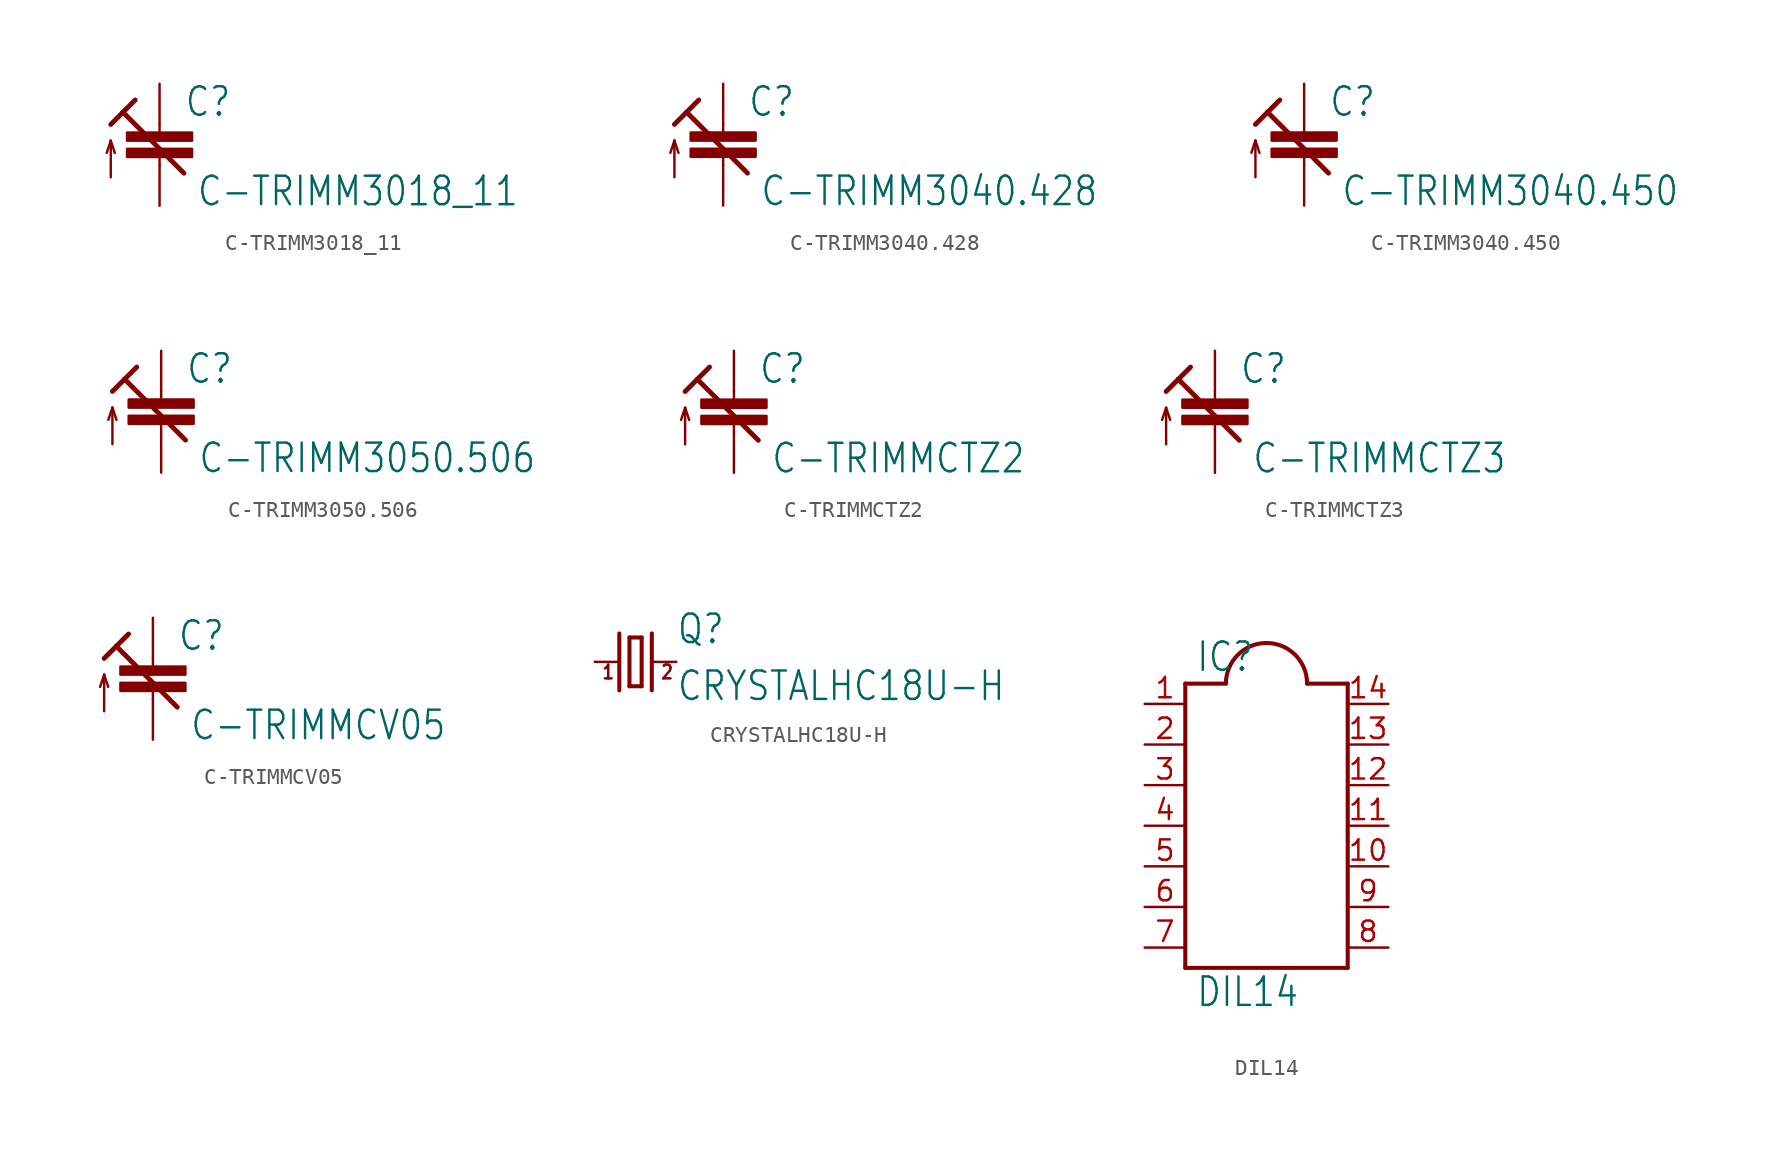
<source format=kicad_sym>
(kicad_symbol_lib
  (version 20220914)
  (generator kicad_symbol_editor)
  (symbol "C-TRIMM3018_11"
    (property "Reference" "C"
      (at 1.524 0.381 0)
      (effects (font (size 1.778 1.511)) (justify left bottom)))
    (property "Value" "C-TRIMM3018_11"
      (at 2.286 -5.207 0)
      (effects (font (size 1.778 1.511)) (justify left bottom)))
    (property "ki_locked" ""
      (at 0 0 0)
      (effects (font (size 1.27 1.27))))
    (symbol "C-TRIMM3018_11_1_0"
      (rectangle (start -2.032 -2.032) (end 2.032 -1.524) (stroke (width 0) (type default)) (fill (type outline)))
      (rectangle (start -2.032 -1.016) (end 2.032 -0.508) (stroke (width 0) (type default)) (fill (type outline)))
      (polyline (pts (xy -3.048 -3.302) (xy -3.048 -1.016)) (stroke (width 0.152) (type default)) (fill (type none)))
      (polyline (pts (xy -3.048 -1.016) (xy -3.302 -1.778)) (stroke (width 0.152) (type default)) (fill (type none)))
      (polyline (pts (xy -3.048 -1.016) (xy -2.794 -1.778)) (stroke (width 0.152) (type default)) (fill (type none)))
      (polyline (pts (xy -3.048 0) (xy -2.286 0.762)) (stroke (width 0.305) (type default)) (fill (type none)))
      (polyline (pts (xy -2.286 0.762) (xy -1.524 1.524)) (stroke (width 0.305) (type default)) (fill (type none)))
      (polyline (pts (xy 0 -2.54) (xy 0 -2.032)) (stroke (width 0.152) (type default)) (fill (type none)))
      (polyline (pts (xy 0 0) (xy 0 -0.508)) (stroke (width 0.152) (type default)) (fill (type none)))
      (polyline (pts (xy 1.524 -3.048) (xy -2.286 0.762)) (stroke (width 0.305) (type default)) (fill (type none)))
      (pin passive line (at 0 2.54 270) (length 2.54) (name "E" (effects (font (size 0 0)))) (number "+" (effects (font (size 0 0)))))
      (pin passive line (at 0 -5.08 90) (length 2.54) (name "A" (effects (font (size 0 0)))) (number "-" (effects (font (size 0 0)))))))
  (symbol "C-TRIMM3040.428"
    (property "Reference" "C"
      (at 1.524 0.381 0)
      (effects (font (size 1.778 1.511)) (justify left bottom)))
    (property "Value" "C-TRIMM3040.428"
      (at 2.286 -5.207 0)
      (effects (font (size 1.778 1.511)) (justify left bottom)))
    (property "ki_locked" ""
      (at 0 0 0)
      (effects (font (size 1.27 1.27))))
    (symbol "C-TRIMM3040.428_1_0"
      (rectangle (start -2.032 -2.032) (end 2.032 -1.524) (stroke (width 0) (type default)) (fill (type outline)))
      (rectangle (start -2.032 -1.016) (end 2.032 -0.508) (stroke (width 0) (type default)) (fill (type outline)))
      (polyline (pts (xy -3.048 -3.302) (xy -3.048 -1.016)) (stroke (width 0.152) (type default)) (fill (type none)))
      (polyline (pts (xy -3.048 -1.016) (xy -3.302 -1.778)) (stroke (width 0.152) (type default)) (fill (type none)))
      (polyline (pts (xy -3.048 -1.016) (xy -2.794 -1.778)) (stroke (width 0.152) (type default)) (fill (type none)))
      (polyline (pts (xy -3.048 0) (xy -2.286 0.762)) (stroke (width 0.305) (type default)) (fill (type none)))
      (polyline (pts (xy -2.286 0.762) (xy -1.524 1.524)) (stroke (width 0.305) (type default)) (fill (type none)))
      (polyline (pts (xy 0 -2.54) (xy 0 -2.032)) (stroke (width 0.152) (type default)) (fill (type none)))
      (polyline (pts (xy 0 0) (xy 0 -0.508)) (stroke (width 0.152) (type default)) (fill (type none)))
      (polyline (pts (xy 1.524 -3.048) (xy -2.286 0.762)) (stroke (width 0.305) (type default)) (fill (type none)))
      (pin passive line (at 0 2.54 270) (length 2.54) (name "E" (effects (font (size 0 0)))) (number "1A" (effects (font (size 0 0)))))
      (pin passive line (at 0 -5.08 90) (length 2.54) (name "A" (effects (font (size 0 0)))) (number "2" (effects (font (size 0 0)))))))
  (symbol "C-TRIMM3040.450"
    (property "Reference" "C"
      (at 1.524 0.381 0)
      (effects (font (size 1.778 1.511)) (justify left bottom)))
    (property "Value" "C-TRIMM3040.450"
      (at 2.286 -5.207 0)
      (effects (font (size 1.778 1.511)) (justify left bottom)))
    (property "ki_locked" ""
      (at 0 0 0)
      (effects (font (size 1.27 1.27))))
    (symbol "C-TRIMM3040.450_1_0"
      (rectangle (start -2.032 -2.032) (end 2.032 -1.524) (stroke (width 0) (type default)) (fill (type outline)))
      (rectangle (start -2.032 -1.016) (end 2.032 -0.508) (stroke (width 0) (type default)) (fill (type outline)))
      (polyline (pts (xy -3.048 -3.302) (xy -3.048 -1.016)) (stroke (width 0.152) (type default)) (fill (type none)))
      (polyline (pts (xy -3.048 -1.016) (xy -3.302 -1.778)) (stroke (width 0.152) (type default)) (fill (type none)))
      (polyline (pts (xy -3.048 -1.016) (xy -2.794 -1.778)) (stroke (width 0.152) (type default)) (fill (type none)))
      (polyline (pts (xy -3.048 0) (xy -2.286 0.762)) (stroke (width 0.305) (type default)) (fill (type none)))
      (polyline (pts (xy -2.286 0.762) (xy -1.524 1.524)) (stroke (width 0.305) (type default)) (fill (type none)))
      (polyline (pts (xy 0 -2.54) (xy 0 -2.032)) (stroke (width 0.152) (type default)) (fill (type none)))
      (polyline (pts (xy 0 0) (xy 0 -0.508)) (stroke (width 0.152) (type default)) (fill (type none)))
      (polyline (pts (xy 1.524 -3.048) (xy -2.286 0.762)) (stroke (width 0.305) (type default)) (fill (type none)))
      (pin passive line (at 0 2.54 270) (length 2.54) (name "E" (effects (font (size 0 0)))) (number "1A" (effects (font (size 0 0)))))
      (pin passive line (at 0 -5.08 90) (length 2.54) (name "A" (effects (font (size 0 0)))) (number "2" (effects (font (size 0 0)))))))
  (symbol "C-TRIMM3050.506"
    (property "Reference" "C"
      (at 1.524 0.381 0)
      (effects (font (size 1.778 1.511)) (justify left bottom)))
    (property "Value" "C-TRIMM3050.506"
      (at 2.286 -5.207 0)
      (effects (font (size 1.778 1.511)) (justify left bottom)))
    (property "ki_locked" ""
      (at 0 0 0)
      (effects (font (size 1.27 1.27))))
    (symbol "C-TRIMM3050.506_1_0"
      (rectangle (start -2.032 -2.032) (end 2.032 -1.524) (stroke (width 0) (type default)) (fill (type outline)))
      (rectangle (start -2.032 -1.016) (end 2.032 -0.508) (stroke (width 0) (type default)) (fill (type outline)))
      (polyline (pts (xy -3.048 -3.302) (xy -3.048 -1.016)) (stroke (width 0.152) (type default)) (fill (type none)))
      (polyline (pts (xy -3.048 -1.016) (xy -3.302 -1.778)) (stroke (width 0.152) (type default)) (fill (type none)))
      (polyline (pts (xy -3.048 -1.016) (xy -2.794 -1.778)) (stroke (width 0.152) (type default)) (fill (type none)))
      (polyline (pts (xy -3.048 0) (xy -2.286 0.762)) (stroke (width 0.305) (type default)) (fill (type none)))
      (polyline (pts (xy -2.286 0.762) (xy -1.524 1.524)) (stroke (width 0.305) (type default)) (fill (type none)))
      (polyline (pts (xy 0 -2.54) (xy 0 -2.032)) (stroke (width 0.152) (type default)) (fill (type none)))
      (polyline (pts (xy 0 0) (xy 0 -0.508)) (stroke (width 0.152) (type default)) (fill (type none)))
      (polyline (pts (xy 1.524 -3.048) (xy -2.286 0.762)) (stroke (width 0.305) (type default)) (fill (type none)))
      (pin passive line (at 0 2.54 270) (length 2.54) (name "E" (effects (font (size 0 0)))) (number "1A" (effects (font (size 0 0)))))
      (pin passive line (at 0 -5.08 90) (length 2.54) (name "A" (effects (font (size 0 0)))) (number "2" (effects (font (size 0 0)))))))
  (symbol "C-TRIMMCTZ2"
    (property "Reference" "C"
      (at 1.524 0.381 0)
      (effects (font (size 1.778 1.511)) (justify left bottom)))
    (property "Value" "C-TRIMMCTZ2"
      (at 2.286 -5.207 0)
      (effects (font (size 1.778 1.511)) (justify left bottom)))
    (property "ki_locked" ""
      (at 0 0 0)
      (effects (font (size 1.27 1.27))))
    (symbol "C-TRIMMCTZ2_1_0"
      (rectangle (start -2.032 -2.032) (end 2.032 -1.524) (stroke (width 0) (type default)) (fill (type outline)))
      (rectangle (start -2.032 -1.016) (end 2.032 -0.508) (stroke (width 0) (type default)) (fill (type outline)))
      (polyline (pts (xy -3.048 -3.302) (xy -3.048 -1.016)) (stroke (width 0.152) (type default)) (fill (type none)))
      (polyline (pts (xy -3.048 -1.016) (xy -3.302 -1.778)) (stroke (width 0.152) (type default)) (fill (type none)))
      (polyline (pts (xy -3.048 -1.016) (xy -2.794 -1.778)) (stroke (width 0.152) (type default)) (fill (type none)))
      (polyline (pts (xy -3.048 0) (xy -2.286 0.762)) (stroke (width 0.305) (type default)) (fill (type none)))
      (polyline (pts (xy -2.286 0.762) (xy -1.524 1.524)) (stroke (width 0.305) (type default)) (fill (type none)))
      (polyline (pts (xy 0 -2.54) (xy 0 -2.032)) (stroke (width 0.152) (type default)) (fill (type none)))
      (polyline (pts (xy 0 0) (xy 0 -0.508)) (stroke (width 0.152) (type default)) (fill (type none)))
      (polyline (pts (xy 1.524 -3.048) (xy -2.286 0.762)) (stroke (width 0.305) (type default)) (fill (type none)))
      (pin passive line (at 0 2.54 270) (length 2.54) (name "E" (effects (font (size 0 0)))) (number "1" (effects (font (size 0 0)))))
      (pin passive line (at 0 -5.08 90) (length 2.54) (name "A" (effects (font (size 0 0)))) (number "2" (effects (font (size 0 0)))))))
  (symbol "C-TRIMMCTZ3"
    (property "Reference" "C"
      (at 1.524 0.381 0)
      (effects (font (size 1.778 1.511)) (justify left bottom)))
    (property "Value" "C-TRIMMCTZ3"
      (at 2.286 -5.207 0)
      (effects (font (size 1.778 1.511)) (justify left bottom)))
    (property "ki_locked" ""
      (at 0 0 0)
      (effects (font (size 1.27 1.27))))
    (symbol "C-TRIMMCTZ3_1_0"
      (rectangle (start -2.032 -2.032) (end 2.032 -1.524) (stroke (width 0) (type default)) (fill (type outline)))
      (rectangle (start -2.032 -1.016) (end 2.032 -0.508) (stroke (width 0) (type default)) (fill (type outline)))
      (polyline (pts (xy -3.048 -3.302) (xy -3.048 -1.016)) (stroke (width 0.152) (type default)) (fill (type none)))
      (polyline (pts (xy -3.048 -1.016) (xy -3.302 -1.778)) (stroke (width 0.152) (type default)) (fill (type none)))
      (polyline (pts (xy -3.048 -1.016) (xy -2.794 -1.778)) (stroke (width 0.152) (type default)) (fill (type none)))
      (polyline (pts (xy -3.048 0) (xy -2.286 0.762)) (stroke (width 0.305) (type default)) (fill (type none)))
      (polyline (pts (xy -2.286 0.762) (xy -1.524 1.524)) (stroke (width 0.305) (type default)) (fill (type none)))
      (polyline (pts (xy 0 -2.54) (xy 0 -2.032)) (stroke (width 0.152) (type default)) (fill (type none)))
      (polyline (pts (xy 0 0) (xy 0 -0.508)) (stroke (width 0.152) (type default)) (fill (type none)))
      (polyline (pts (xy 1.524 -3.048) (xy -2.286 0.762)) (stroke (width 0.305) (type default)) (fill (type none)))
      (pin passive line (at 0 2.54 270) (length 2.54) (name "E" (effects (font (size 0 0)))) (number "1" (effects (font (size 0 0)))))
      (pin passive line (at 0 -5.08 90) (length 2.54) (name "A" (effects (font (size 0 0)))) (number "2" (effects (font (size 0 0)))))))
  (symbol "C-TRIMMCV05"
    (property "Reference" "C"
      (at 1.524 0.381 0)
      (effects (font (size 1.778 1.511)) (justify left bottom)))
    (property "Value" "C-TRIMMCV05"
      (at 2.286 -5.207 0)
      (effects (font (size 1.778 1.511)) (justify left bottom)))
    (property "ki_locked" ""
      (at 0 0 0)
      (effects (font (size 1.27 1.27))))
    (symbol "C-TRIMMCV05_1_0"
      (rectangle (start -2.032 -2.032) (end 2.032 -1.524) (stroke (width 0) (type default)) (fill (type outline)))
      (rectangle (start -2.032 -1.016) (end 2.032 -0.508) (stroke (width 0) (type default)) (fill (type outline)))
      (polyline (pts (xy -3.048 -3.302) (xy -3.048 -1.016)) (stroke (width 0.152) (type default)) (fill (type none)))
      (polyline (pts (xy -3.048 -1.016) (xy -3.302 -1.778)) (stroke (width 0.152) (type default)) (fill (type none)))
      (polyline (pts (xy -3.048 -1.016) (xy -2.794 -1.778)) (stroke (width 0.152) (type default)) (fill (type none)))
      (polyline (pts (xy -3.048 0) (xy -2.286 0.762)) (stroke (width 0.305) (type default)) (fill (type none)))
      (polyline (pts (xy -2.286 0.762) (xy -1.524 1.524)) (stroke (width 0.305) (type default)) (fill (type none)))
      (polyline (pts (xy 0 -2.54) (xy 0 -2.032)) (stroke (width 0.152) (type default)) (fill (type none)))
      (polyline (pts (xy 0 0) (xy 0 -0.508)) (stroke (width 0.152) (type default)) (fill (type none)))
      (polyline (pts (xy 1.524 -3.048) (xy -2.286 0.762)) (stroke (width 0.305) (type default)) (fill (type none)))
      (pin passive line (at 0 2.54 270) (length 2.54) (name "E" (effects (font (size 0 0)))) (number "1" (effects (font (size 0 0)))))
      (pin passive line (at 0 -5.08 90) (length 2.54) (name "A" (effects (font (size 0 0)))) (number "2" (effects (font (size 0 0)))))))
  (symbol "CRYSTALHC18U-H"
    (property "Reference" "Q"
      (at 2.54 1.016 0)
      (effects (font (size 1.778 1.511)) (justify left bottom)))
    (property "Value" "CRYSTALHC18U-H"
      (at 2.54 -2.54 0)
      (effects (font (size 1.778 1.511)) (justify left bottom)))
    (property "ki_locked" ""
      (at 0 0 0)
      (effects (font (size 1.27 1.27))))
    (symbol "CRYSTALHC18U-H_1_0"
      (polyline (pts (xy -2.54 0) (xy -1.016 0)) (stroke (width 0.152) (type default)) (fill (type none)))
      (polyline (pts (xy -1.016 1.778) (xy -1.016 -1.778)) (stroke (width 0.254) (type default)) (fill (type none)))
      (polyline (pts (xy -0.381 -1.524) (xy 0.381 -1.524)) (stroke (width 0.254) (type default)) (fill (type none)))
      (polyline (pts (xy -0.381 1.524) (xy -0.381 -1.524)) (stroke (width 0.254) (type default)) (fill (type none)))
      (polyline (pts (xy 0.381 -1.524) (xy 0.381 1.524)) (stroke (width 0.254) (type default)) (fill (type none)))
      (polyline (pts (xy 0.381 1.524) (xy -0.381 1.524)) (stroke (width 0.254) (type default)) (fill (type none)))
      (polyline (pts (xy 1.016 0) (xy 2.54 0)) (stroke (width 0.152) (type default)) (fill (type none)))
      (polyline (pts (xy 1.016 1.778) (xy 1.016 -1.778)) (stroke (width 0.254) (type default)) (fill (type none)))
      (text "1" (at -2.159 -1.143 0) (effects (font (size 0.864 0.734)) (justify left bottom)))
      (text "2" (at 1.524 -1.143 0) (effects (font (size 0.864 0.734)) (justify left bottom)))
      (pin passive line (at -2.54 0 0) (length 0) (name "1" (effects (font (size 0 0)))) (number "1" (effects (font (size 0 0)))))
      (pin passive line (at 2.54 0 180) (length 0) (name "2" (effects (font (size 0 0)))) (number "2" (effects (font (size 0 0)))))
      (pin passive line (at 0 -2.54 90) (length 2.54) hide (name "GND" (effects (font (size 0 0)))) (number "GND" (effects (font (size 0 0)))))))
  (symbol "DIL14"
    (property "Reference" "IC"
      (at -4.445 9.525 0)
      (effects (font (size 1.778 1.511)) (justify left bottom)))
    (property "Value" "DIL14"
      (at -4.445 -11.43 0)
      (effects (font (size 1.778 1.511)) (justify left bottom)))
    (property "ki_locked" ""
      (at 0 0 0)
      (effects (font (size 1.27 1.27))))
    (symbol "DIL14_1_0"
      (polyline (pts (xy -5.08 -8.89) (xy 5.08 -8.89)) (stroke (width 0.254) (type default)) (fill (type none)))
      (polyline (pts (xy -5.08 8.89) (xy -5.08 -8.89)) (stroke (width 0.254) (type default)) (fill (type none)))
      (polyline (pts (xy -5.08 8.89) (xy -2.54 8.89)) (stroke (width 0.254) (type default)) (fill (type none)))
      (polyline (pts (xy 5.08 -8.89) (xy 5.08 8.89)) (stroke (width 0.254) (type default)) (fill (type none)))
      (polyline (pts (xy 5.08 8.89) (xy 2.54 8.89)) (stroke (width 0.254) (type default)) (fill (type none)))
      (arc (start 2.54 8.89) (mid 0 11.419) (end -2.54 8.89) (stroke (width 0.254) (type default)) (fill (type none)))
      (pin passive line (at -7.62 7.62 0) (length 2.54) (name "1" (effects (font (size 0 0)))) (number "1" (effects (font (size 1.27 1.27)))))
      (pin passive line (at 7.62 -2.54 180) (length 2.54) (name "10" (effects (font (size 0 0)))) (number "10" (effects (font (size 1.27 1.27)))))
      (pin passive line (at 7.62 0 180) (length 2.54) (name "11" (effects (font (size 0 0)))) (number "11" (effects (font (size 1.27 1.27)))))
      (pin passive line (at 7.62 2.54 180) (length 2.54) (name "12" (effects (font (size 0 0)))) (number "12" (effects (font (size 1.27 1.27)))))
      (pin passive line (at 7.62 5.08 180) (length 2.54) (name "13" (effects (font (size 0 0)))) (number "13" (effects (font (size 1.27 1.27)))))
      (pin passive line (at 7.62 7.62 180) (length 2.54) (name "14" (effects (font (size 0 0)))) (number "14" (effects (font (size 1.27 1.27)))))
      (pin passive line (at -7.62 5.08 0) (length 2.54) (name "2" (effects (font (size 0 0)))) (number "2" (effects (font (size 1.27 1.27)))))
      (pin passive line (at -7.62 2.54 0) (length 2.54) (name "3" (effects (font (size 0 0)))) (number "3" (effects (font (size 1.27 1.27)))))
      (pin passive line (at -7.62 0 0) (length 2.54) (name "4" (effects (font (size 0 0)))) (number "4" (effects (font (size 1.27 1.27)))))
      (pin passive line (at -7.62 -2.54 0) (length 2.54) (name "5" (effects (font (size 0 0)))) (number "5" (effects (font (size 1.27 1.27)))))
      (pin passive line (at -7.62 -5.08 0) (length 2.54) (name "6" (effects (font (size 0 0)))) (number "6" (effects (font (size 1.27 1.27)))))
      (pin passive line (at -7.62 -7.62 0) (length 2.54) (name "7" (effects (font (size 0 0)))) (number "7" (effects (font (size 1.27 1.27)))))
      (pin passive line (at 7.62 -7.62 180) (length 2.54) (name "8" (effects (font (size 0 0)))) (number "8" (effects (font (size 1.27 1.27)))))
      (pin passive line (at 7.62 -5.08 180) (length 2.54) (name "9" (effects (font (size 0 0)))) (number "9" (effects (font (size 1.27 1.27))))))))
</source>
